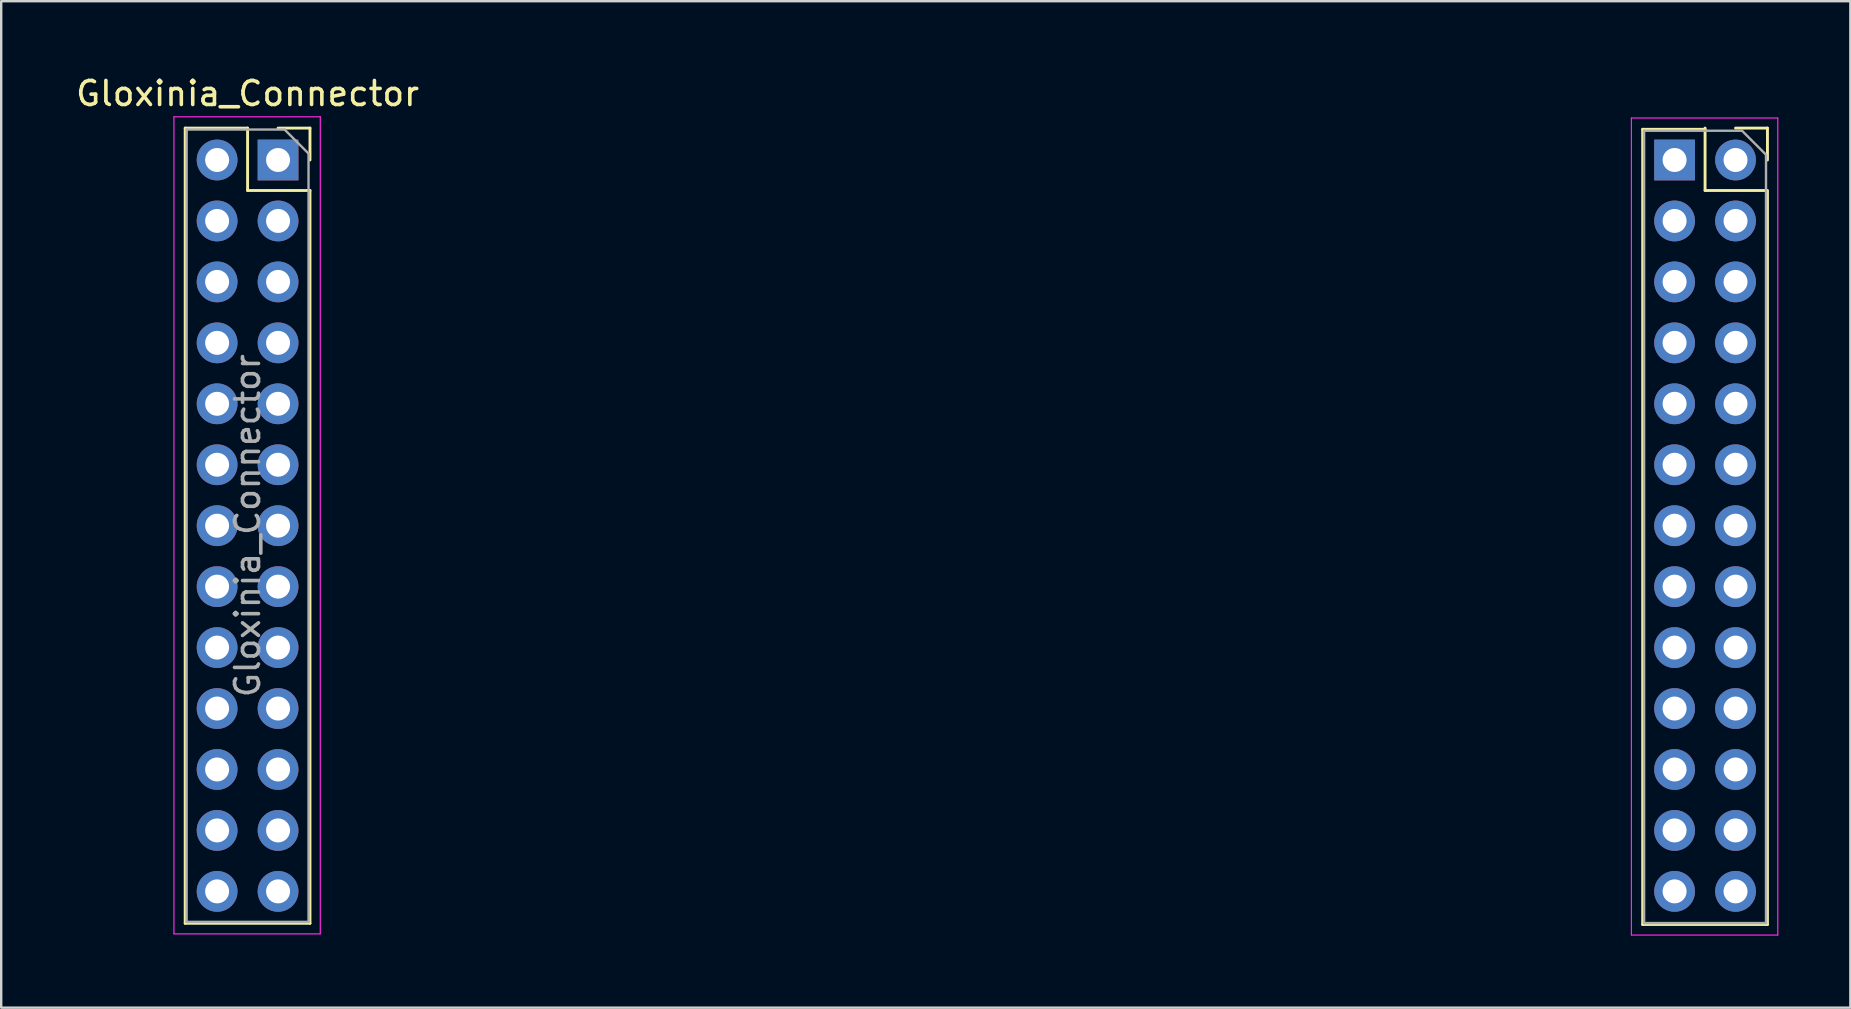
<source format=kicad_pcb>
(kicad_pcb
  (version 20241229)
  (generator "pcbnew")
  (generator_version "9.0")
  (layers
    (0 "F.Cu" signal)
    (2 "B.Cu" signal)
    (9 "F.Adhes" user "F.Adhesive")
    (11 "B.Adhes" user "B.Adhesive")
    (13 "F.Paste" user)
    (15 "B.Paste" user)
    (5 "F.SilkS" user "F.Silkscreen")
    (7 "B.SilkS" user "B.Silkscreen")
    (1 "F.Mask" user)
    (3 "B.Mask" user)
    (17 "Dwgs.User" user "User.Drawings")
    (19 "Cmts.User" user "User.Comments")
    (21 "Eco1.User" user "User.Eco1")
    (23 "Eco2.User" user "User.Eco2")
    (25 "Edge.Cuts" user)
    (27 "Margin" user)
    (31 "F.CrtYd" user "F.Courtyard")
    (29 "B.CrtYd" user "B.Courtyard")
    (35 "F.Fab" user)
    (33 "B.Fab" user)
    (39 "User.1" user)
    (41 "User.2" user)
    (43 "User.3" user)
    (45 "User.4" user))
  (footprint "Gloxinia_Connector"
    (layer "F.Cu")
    (at 8.538 3.618)
    (property "Reference" "Gloxinia_Connector" (at -1.27 -2.77 0) (layer "F.SilkS") (effects (font (size 1 1) (thickness 0.15))))
    (attr through_hole)
    (fp_line (start -3.87 -1.33) (end -3.87 31.81) (stroke (width 0.12) (type solid)) (layer "F.SilkS"))
    (fp_line (start -3.87 -1.33) (end -1.27 -1.33) (stroke (width 0.12) (type solid)) (layer "F.SilkS"))
    (fp_line (start -3.87 31.81) (end 1.33 31.81) (stroke (width 0.12) (type solid)) (layer "F.SilkS"))
    (fp_line (start -1.27 -1.33) (end -1.27 1.27) (stroke (width 0.12) (type solid)) (layer "F.SilkS"))
    (fp_line (start -1.27 1.27) (end 1.33 1.27) (stroke (width 0.12) (type solid)) (layer "F.SilkS"))
    (fp_line (start 0 -1.33) (end 1.33 -1.33) (stroke (width 0.12) (type solid)) (layer "F.SilkS"))
    (fp_line (start 1.33 -1.33) (end 1.33 0) (stroke (width 0.12) (type solid)) (layer "F.SilkS"))
    (fp_line (start 1.33 1.27) (end 1.33 31.81) (stroke (width 0.12) (type solid)) (layer "F.SilkS"))
    (fp_line (start 56.87 -1.28) (end 56.87 31.86) (stroke (width 0.12) (type solid)) (layer "F.SilkS"))
    (fp_line (start 56.87 -1.28) (end 59.47 -1.28) (stroke (width 0.12) (type solid)) (layer "F.SilkS"))
    (fp_line (start 56.87 31.86) (end 62.07 31.86) (stroke (width 0.12) (type solid)) (layer "F.SilkS"))
    (fp_line (start 59.47 -1.33) (end 59.47 1.27) (stroke (width 0.12) (type solid)) (layer "F.SilkS"))
    (fp_line (start 59.47 1.27) (end 62.07 1.27) (stroke (width 0.12) (type solid)) (layer "F.SilkS"))
    (fp_line (start 60.74 -1.33) (end 62.07 -1.33) (stroke (width 0.12) (type solid)) (layer "F.SilkS"))
    (fp_line (start 62.07 -1.33) (end 62.07 0) (stroke (width 0.12) (type solid)) (layer "F.SilkS"))
    (fp_line (start 62.07 1.32) (end 62.07 31.86) (stroke (width 0.12) (type solid)) (layer "F.SilkS"))
    (fp_line (start -4.34 -1.8) (end 1.76 -1.8) (stroke (width 0.05) (type solid)) (layer "F.CrtYd"))
    (fp_line (start -4.34 32.25) (end -4.34 -1.8) (stroke (width 0.05) (type solid)) (layer "F.CrtYd"))
    (fp_line (start 1.76 -1.8) (end 1.76 32.25) (stroke (width 0.05) (type solid)) (layer "F.CrtYd"))
    (fp_line (start 1.76 32.25) (end -4.34 32.25) (stroke (width 0.05) (type solid)) (layer "F.CrtYd"))
    (fp_line (start 56.4 -1.75) (end 62.5 -1.75) (stroke (width 0.05) (type solid)) (layer "F.CrtYd"))
    (fp_line (start 56.4 32.3) (end 56.4 -1.75) (stroke (width 0.05) (type solid)) (layer "F.CrtYd"))
    (fp_line (start 56.4 32.3) (end 62.5 32.3) (stroke (width 0.05) (type solid)) (layer "F.CrtYd"))
    (fp_line (start 62.5 -1.75) (end 62.5 32.3) (stroke (width 0.05) (type solid)) (layer "F.CrtYd"))
    (fp_line (start -3.81 -1.27) (end 0.27 -1.27) (stroke (width 0.1) (type solid)) (layer "F.Fab"))
    (fp_line (start -3.81 31.75) (end -3.81 -1.27) (stroke (width 0.1) (type solid)) (layer "F.Fab"))
    (fp_line (start 0.27 -1.27) (end 1.27 -0.27) (stroke (width 0.1) (type solid)) (layer "F.Fab"))
    (fp_line (start 1.27 -0.27) (end 1.27 31.75) (stroke (width 0.1) (type solid)) (layer "F.Fab"))
    (fp_line (start 1.27 31.75) (end -3.81 31.75) (stroke (width 0.1) (type solid)) (layer "F.Fab"))
    (fp_line (start 56.93 -1.22) (end 61.01 -1.22) (stroke (width 0.1) (type solid)) (layer "F.Fab"))
    (fp_line (start 56.93 31.8) (end 56.93 -1.22) (stroke (width 0.1) (type solid)) (layer "F.Fab"))
    (fp_line (start 56.93 31.8) (end 62.01 31.8) (stroke (width 0.1) (type solid)) (layer "F.Fab"))
    (fp_line (start 61.01 -1.22) (end 62.01 -0.22) (stroke (width 0.1) (type solid)) (layer "F.Fab"))
    (fp_line (start 62.01 -0.22) (end 62.01 31.8) (stroke (width 0.1) (type solid)) (layer "F.Fab"))
    (fp_text user "${REFERENCE}" (at -1.27 15.24 90) (layer "F.Fab") (effects (font (size 1 1) (thickness 0.15))))
    (pad "1" thru_hole rect (at 0 0) (size 1.7 1.7) (drill 1) (layers "*.Cu" "*.Mask"))
    (pad "1" thru_hole oval (at 0 27.94) (size 1.7 1.7) (drill 1) (layers "*.Cu" "*.Mask"))
    (pad "1" thru_hole rect (at 58.2 0) (size 1.7 1.7) (drill 1) (layers "*.Cu" "*.Mask"))
    (pad "2" thru_hole oval (at -2.54 0) (size 1.7 1.7) (drill 1) (layers "*.Cu" "*.Mask"))
    (pad "2" thru_hole oval (at -2.54 30.48) (size 1.7 1.7) (drill 1) (layers "*.Cu" "*.Mask"))
    (pad "2" thru_hole oval (at 60.74 0) (size 1.7 1.7) (drill 1) (layers "*.Cu" "*.Mask"))
    (pad "2" thru_hole oval (at 60.74 5.08) (size 1.7 1.7) (drill 1) (layers "*.Cu" "*.Mask"))
    (pad "3" thru_hole oval (at 0 2.54) (size 1.7 1.7) (drill 1) (layers "*.Cu" "*.Mask"))
    (pad "3" thru_hole oval (at 0 30.48) (size 1.7 1.7) (drill 1) (layers "*.Cu" "*.Mask"))
    (pad "3" thru_hole oval (at 58.2 2.54) (size 1.7 1.7) (drill 1) (layers "*.Cu" "*.Mask"))
    (pad "3" thru_hole oval (at 60.74 2.54) (size 1.7 1.7) (drill 1) (layers "*.Cu" "*.Mask"))
    (pad "4" thru_hole oval (at -2.54 2.54) (size 1.7 1.7) (drill 1) (layers "*.Cu" "*.Mask"))
    (pad "5" thru_hole oval (at 0 5.08) (size 1.7 1.7) (drill 1) (layers "*.Cu" "*.Mask"))
    (pad "6" thru_hole oval (at -2.54 5.08) (size 1.7 1.7) (drill 1) (layers "*.Cu" "*.Mask"))
    (pad "7" thru_hole oval (at 0 7.62) (size 1.7 1.7) (drill 1) (layers "*.Cu" "*.Mask"))
    (pad "8" thru_hole oval (at -2.54 7.62) (size 1.7 1.7) (drill 1) (layers "*.Cu" "*.Mask"))
    (pad "9" thru_hole oval (at 0 10.16) (size 1.7 1.7) (drill 1) (layers "*.Cu" "*.Mask"))
    (pad "10" thru_hole oval (at -2.54 10.16) (size 1.7 1.7) (drill 1) (layers "*.Cu" "*.Mask"))
    (pad "11" thru_hole oval (at 0 12.7) (size 1.7 1.7) (drill 1) (layers "*.Cu" "*.Mask"))
    (pad "12" thru_hole oval (at -2.54 12.7) (size 1.7 1.7) (drill 1) (layers "*.Cu" "*.Mask"))
    (pad "13" thru_hole oval (at 0 15.24) (size 1.7 1.7) (drill 1) (layers "*.Cu" "*.Mask"))
    (pad "14" thru_hole oval (at -2.54 15.24) (size 1.7 1.7) (drill 1) (layers "*.Cu" "*.Mask"))
    (pad "15" thru_hole oval (at 0 17.78) (size 1.7 1.7) (drill 1) (layers "*.Cu" "*.Mask"))
    (pad "16" thru_hole oval (at -2.54 17.78) (size 1.7 1.7) (drill 1) (layers "*.Cu" "*.Mask"))
    (pad "17" thru_hole oval (at 0 20.32) (size 1.7 1.7) (drill 1) (layers "*.Cu" "*.Mask"))
    (pad "18" thru_hole oval (at -2.54 20.32) (size 1.7 1.7) (drill 1) (layers "*.Cu" "*.Mask"))
    (pad "19" thru_hole oval (at 0 22.86) (size 1.7 1.7) (drill 1) (layers "*.Cu" "*.Mask"))
    (pad "20" thru_hole oval (at -2.54 22.86) (size 1.7 1.7) (drill 1) (layers "*.Cu" "*.Mask"))
    (pad "21" thru_hole oval (at 0 25.4) (size 1.7 1.7) (drill 1) (layers "*.Cu" "*.Mask"))
    (pad "22" thru_hole oval (at -2.54 25.4) (size 1.7 1.7) (drill 1) (layers "*.Cu" "*.Mask"))
    (pad "23" thru_hole oval (at -2.54 27.94) (size 1.7 1.7) (drill 1) (layers "*.Cu" "*.Mask"))
    (pad "24" thru_hole oval (at 58.2 5.08) (size 1.7 1.7) (drill 1) (layers "*.Cu" "*.Mask"))
    (pad "25" thru_hole oval (at 60.74 7.62) (size 1.7 1.7) (drill 1) (layers "*.Cu" "*.Mask"))
    (pad "26" thru_hole oval (at 58.2 7.62) (size 1.7 1.7) (drill 1) (layers "*.Cu" "*.Mask"))
    (pad "27" thru_hole oval (at 60.74 10.16) (size 1.7 1.7) (drill 1) (layers "*.Cu" "*.Mask"))
    (pad "28" thru_hole oval (at 58.2 10.16) (size 1.7 1.7) (drill 1) (layers "*.Cu" "*.Mask"))
    (pad "29" thru_hole oval (at 60.74 12.7) (size 1.7 1.7) (drill 1) (layers "*.Cu" "*.Mask"))
    (pad "30" thru_hole oval (at 58.2 12.7) (size 1.7 1.7) (drill 1) (layers "*.Cu" "*.Mask"))
    (pad "31" thru_hole oval (at 60.74 15.24) (size 1.7 1.7) (drill 1) (layers "*.Cu" "*.Mask"))
    (pad "32" thru_hole oval (at 58.2 15.24) (size 1.7 1.7) (drill 1) (layers "*.Cu" "*.Mask"))
    (pad "33" thru_hole oval (at 60.74 17.78) (size 1.7 1.7) (drill 1) (layers "*.Cu" "*.Mask"))
    (pad "34" thru_hole oval (at 58.2 17.78) (size 1.7 1.7) (drill 1) (layers "*.Cu" "*.Mask"))
    (pad "35" thru_hole oval (at 60.74 20.32) (size 1.7 1.7) (drill 1) (layers "*.Cu" "*.Mask"))
    (pad "36" thru_hole oval (at 58.2 20.32) (size 1.7 1.7) (drill 1) (layers "*.Cu" "*.Mask"))
    (pad "37" thru_hole oval (at 60.74 22.86) (size 1.7 1.7) (drill 1) (layers "*.Cu" "*.Mask"))
    (pad "38" thru_hole oval (at 58.2 22.86) (size 1.7 1.7) (drill 1) (layers "*.Cu" "*.Mask"))
    (pad "39" thru_hole oval (at 60.74 25.4) (size 1.7 1.7) (drill 1) (layers "*.Cu" "*.Mask"))
    (pad "40" thru_hole oval (at 58.2 25.4) (size 1.7 1.7) (drill 1) (layers "*.Cu" "*.Mask"))
    (pad "41" thru_hole oval (at 60.74 27.94) (size 1.7 1.7) (drill 1) (layers "*.Cu" "*.Mask"))
    (pad "42" thru_hole oval (at 58.2 27.94) (size 1.7 1.7) (drill 1) (layers "*.Cu" "*.Mask"))
    (pad "43" thru_hole oval (at 60.74 30.48) (size 1.7 1.7) (drill 1) (layers "*.Cu" "*.Mask"))
    (pad "44" thru_hole oval (at 58.2 30.48) (size 1.7 1.7) (drill 1) (layers "*.Cu" "*.Mask")))
  (gr_rect
    (start -3 -3)
    (end 74.063 38.943)
    (stroke (width 0.1) (type default))
    (fill no)
    (layer "Edge.Cuts")))
</source>
